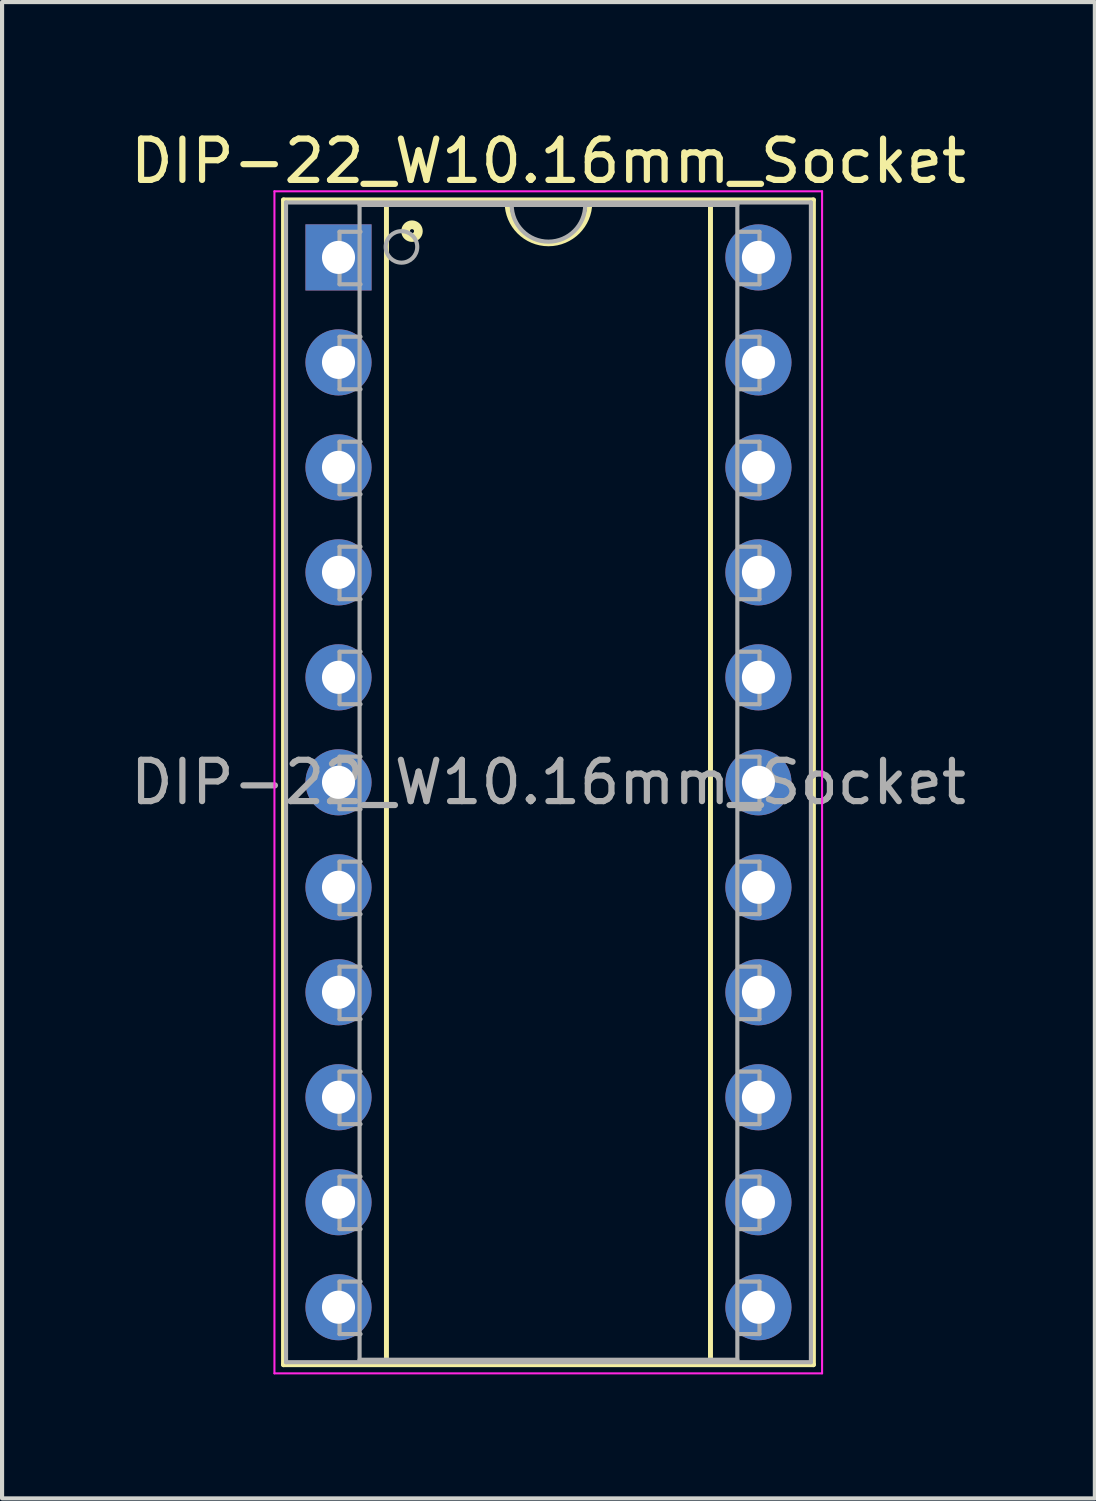
<source format=kicad_pcb>
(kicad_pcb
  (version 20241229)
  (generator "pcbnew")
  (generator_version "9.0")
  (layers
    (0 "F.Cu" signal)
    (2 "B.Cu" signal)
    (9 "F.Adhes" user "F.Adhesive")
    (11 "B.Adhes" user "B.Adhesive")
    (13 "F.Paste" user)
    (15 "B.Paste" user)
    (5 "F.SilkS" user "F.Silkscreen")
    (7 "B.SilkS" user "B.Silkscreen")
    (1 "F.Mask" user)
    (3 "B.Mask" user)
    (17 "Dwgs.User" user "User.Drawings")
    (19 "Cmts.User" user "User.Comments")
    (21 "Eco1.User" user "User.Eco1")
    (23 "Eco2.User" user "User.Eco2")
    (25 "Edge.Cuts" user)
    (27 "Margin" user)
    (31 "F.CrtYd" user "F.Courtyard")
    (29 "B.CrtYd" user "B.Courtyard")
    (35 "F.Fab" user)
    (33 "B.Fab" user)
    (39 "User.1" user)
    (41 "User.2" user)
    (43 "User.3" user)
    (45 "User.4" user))
  (footprint "DIP-22_W10.16mm_Socket"
    (layer "F.Cu")
    (at 5.14 3.178)
    (property "Reference" "DIP-22_W10.16mm_Socket" (at 5.08 -2.33 0) (layer "F.SilkS") (effects (font (size 1 1) (thickness 0.15))))
    (attr through_hole)
    (fp_line (start -1.33 -1.39) (end -1.33 26.79) (stroke (width 0.12) (type solid)) (layer "F.SilkS"))
    (fp_line (start -1.33 26.79) (end 11.49 26.79) (stroke (width 0.12) (type solid)) (layer "F.SilkS"))
    (fp_line (start 1.16 -1.33) (end 1.16 26.73) (stroke (width 0.12) (type solid)) (layer "F.SilkS"))
    (fp_line (start 1.16 26.73) (end 9 26.73) (stroke (width 0.12) (type solid)) (layer "F.SilkS"))
    (fp_line (start 4.08 -1.33) (end 1.16 -1.33) (stroke (width 0.12) (type solid)) (layer "F.SilkS"))
    (fp_line (start 9 -1.33) (end 6.08 -1.33) (stroke (width 0.12) (type solid)) (layer "F.SilkS"))
    (fp_line (start 9 26.73) (end 9 -1.33) (stroke (width 0.12) (type solid)) (layer "F.SilkS"))
    (fp_line (start 11.49 -1.39) (end -1.33 -1.39) (stroke (width 0.12) (type solid)) (layer "F.SilkS"))
    (fp_line (start 11.49 26.79) (end 11.49 -1.39) (stroke (width 0.12) (type solid)) (layer "F.SilkS"))
    (fp_arc (start 6.08 -1.33) (mid 5.08 -0.33) (end 4.08 -1.33) (stroke (width 0.12) (type solid)) (layer "F.SilkS"))
    (fp_circle (center 1.778 -0.635) (end 1.828 -0.635) (stroke (width 0.12) (type solid)) (fill no) (layer "F.SilkS"))
    (fp_circle (center 1.778 -0.635) (end 1.903 -0.635) (stroke (width 0.12) (type solid)) (fill no) (layer "F.SilkS"))
    (fp_circle (center 1.778 -0.635) (end 1.978 -0.635) (stroke (width 0.12) (type solid)) (fill no) (layer "F.SilkS"))
    (fp_line (start -1.55 -1.6) (end -1.55 27) (stroke (width 0.05) (type solid)) (layer "F.CrtYd"))
    (fp_line (start -1.55 27) (end 11.7 27) (stroke (width 0.05) (type solid)) (layer "F.CrtYd"))
    (fp_line (start 11.7 -1.6) (end -1.55 -1.6) (stroke (width 0.05) (type solid)) (layer "F.CrtYd"))
    (fp_line (start 11.7 27) (end 11.7 -1.6) (stroke (width 0.05) (type solid)) (layer "F.CrtYd"))
    (fp_line (start -1.27 -1.33) (end -1.27 26.73) (stroke (width 0.1) (type solid)) (layer "F.Fab"))
    (fp_line (start -1.27 26.73) (end 11.43 26.73) (stroke (width 0.1) (type solid)) (layer "F.Fab"))
    (fp_line (start 0.025 -0.62) (end 0.025 0.65) (stroke (width 0.1) (type solid)) (layer "F.Fab"))
    (fp_line (start 0.025 -0.62) (end 0.533 -0.62) (stroke (width 0.1) (type solid)) (layer "F.Fab"))
    (fp_line (start 0.025 0.65) (end 0.533 0.65) (stroke (width 0.1) (type solid)) (layer "F.Fab"))
    (fp_line (start 0.025 1.92) (end 0.025 3.19) (stroke (width 0.1) (type solid)) (layer "F.Fab"))
    (fp_line (start 0.025 1.92) (end 0.533 1.92) (stroke (width 0.1) (type solid)) (layer "F.Fab"))
    (fp_line (start 0.025 3.19) (end 0.533 3.19) (stroke (width 0.1) (type solid)) (layer "F.Fab"))
    (fp_line (start 0.025 4.46) (end 0.025 5.73) (stroke (width 0.1) (type solid)) (layer "F.Fab"))
    (fp_line (start 0.025 4.46) (end 0.533 4.46) (stroke (width 0.1) (type solid)) (layer "F.Fab"))
    (fp_line (start 0.025 5.73) (end 0.533 5.73) (stroke (width 0.1) (type solid)) (layer "F.Fab"))
    (fp_line (start 0.025 7) (end 0.025 8.27) (stroke (width 0.1) (type solid)) (layer "F.Fab"))
    (fp_line (start 0.025 7) (end 0.533 7) (stroke (width 0.1) (type solid)) (layer "F.Fab"))
    (fp_line (start 0.025 8.27) (end 0.533 8.27) (stroke (width 0.1) (type solid)) (layer "F.Fab"))
    (fp_line (start 0.025 9.54) (end 0.025 10.81) (stroke (width 0.1) (type solid)) (layer "F.Fab"))
    (fp_line (start 0.025 9.54) (end 0.533 9.54) (stroke (width 0.1) (type solid)) (layer "F.Fab"))
    (fp_line (start 0.025 10.81) (end 0.533 10.81) (stroke (width 0.1) (type solid)) (layer "F.Fab"))
    (fp_line (start 0.025 12.08) (end 0.025 13.35) (stroke (width 0.1) (type solid)) (layer "F.Fab"))
    (fp_line (start 0.025 12.08) (end 0.533 12.08) (stroke (width 0.1) (type solid)) (layer "F.Fab"))
    (fp_line (start 0.025 13.35) (end 0.533 13.35) (stroke (width 0.1) (type solid)) (layer "F.Fab"))
    (fp_line (start 0.025 14.62) (end 0.025 15.89) (stroke (width 0.1) (type solid)) (layer "F.Fab"))
    (fp_line (start 0.025 14.62) (end 0.533 14.62) (stroke (width 0.1) (type solid)) (layer "F.Fab"))
    (fp_line (start 0.025 15.89) (end 0.533 15.89) (stroke (width 0.1) (type solid)) (layer "F.Fab"))
    (fp_line (start 0.025 17.16) (end 0.025 18.43) (stroke (width 0.1) (type solid)) (layer "F.Fab"))
    (fp_line (start 0.025 17.16) (end 0.533 17.16) (stroke (width 0.1) (type solid)) (layer "F.Fab"))
    (fp_line (start 0.025 18.43) (end 0.533 18.43) (stroke (width 0.1) (type solid)) (layer "F.Fab"))
    (fp_line (start 0.025 19.7) (end 0.025 20.97) (stroke (width 0.1) (type solid)) (layer "F.Fab"))
    (fp_line (start 0.025 19.7) (end 0.533 19.7) (stroke (width 0.1) (type solid)) (layer "F.Fab"))
    (fp_line (start 0.025 20.97) (end 0.533 20.97) (stroke (width 0.1) (type solid)) (layer "F.Fab"))
    (fp_line (start 0.025 22.24) (end 0.025 23.51) (stroke (width 0.1) (type solid)) (layer "F.Fab"))
    (fp_line (start 0.025 22.24) (end 0.533 22.24) (stroke (width 0.1) (type solid)) (layer "F.Fab"))
    (fp_line (start 0.025 23.51) (end 0.533 23.51) (stroke (width 0.1) (type solid)) (layer "F.Fab"))
    (fp_line (start 0.025 24.78) (end 0.025 26.05) (stroke (width 0.1) (type solid)) (layer "F.Fab"))
    (fp_line (start 0.025 24.78) (end 0.533 24.78) (stroke (width 0.1) (type solid)) (layer "F.Fab"))
    (fp_line (start 0.025 26.05) (end 0.533 26.05) (stroke (width 0.1) (type solid)) (layer "F.Fab"))
    (fp_line (start 0.51 -1.27) (end 9.65 -1.27) (stroke (width 0.1) (type solid)) (layer "F.Fab"))
    (fp_line (start 0.51 26.67) (end 0.51 -1.27) (stroke (width 0.1) (type solid)) (layer "F.Fab"))
    (fp_line (start 9.65 -1.27) (end 9.65 26.67) (stroke (width 0.1) (type solid)) (layer "F.Fab"))
    (fp_line (start 9.65 26.67) (end 0.51 26.67) (stroke (width 0.1) (type solid)) (layer "F.Fab"))
    (fp_line (start 10.185 -0.62) (end 9.677 -0.62) (stroke (width 0.1) (type solid)) (layer "F.Fab"))
    (fp_line (start 10.185 0.65) (end 9.677 0.65) (stroke (width 0.1) (type solid)) (layer "F.Fab"))
    (fp_line (start 10.185 0.65) (end 10.185 -0.62) (stroke (width 0.1) (type solid)) (layer "F.Fab"))
    (fp_line (start 10.185 1.92) (end 9.677 1.92) (stroke (width 0.1) (type solid)) (layer "F.Fab"))
    (fp_line (start 10.185 3.19) (end 9.677 3.19) (stroke (width 0.1) (type solid)) (layer "F.Fab"))
    (fp_line (start 10.185 3.19) (end 10.185 1.92) (stroke (width 0.1) (type solid)) (layer "F.Fab"))
    (fp_line (start 10.185 4.46) (end 9.677 4.46) (stroke (width 0.1) (type solid)) (layer "F.Fab"))
    (fp_line (start 10.185 5.73) (end 9.677 5.73) (stroke (width 0.1) (type solid)) (layer "F.Fab"))
    (fp_line (start 10.185 5.73) (end 10.185 4.46) (stroke (width 0.1) (type solid)) (layer "F.Fab"))
    (fp_line (start 10.185 7) (end 9.677 7) (stroke (width 0.1) (type solid)) (layer "F.Fab"))
    (fp_line (start 10.185 8.27) (end 9.677 8.27) (stroke (width 0.1) (type solid)) (layer "F.Fab"))
    (fp_line (start 10.185 8.27) (end 10.185 7) (stroke (width 0.1) (type solid)) (layer "F.Fab"))
    (fp_line (start 10.185 9.54) (end 9.677 9.54) (stroke (width 0.1) (type solid)) (layer "F.Fab"))
    (fp_line (start 10.185 10.81) (end 9.677 10.81) (stroke (width 0.1) (type solid)) (layer "F.Fab"))
    (fp_line (start 10.185 10.81) (end 10.185 9.54) (stroke (width 0.1) (type solid)) (layer "F.Fab"))
    (fp_line (start 10.185 12.08) (end 9.677 12.08) (stroke (width 0.1) (type solid)) (layer "F.Fab"))
    (fp_line (start 10.185 13.35) (end 9.677 13.35) (stroke (width 0.1) (type solid)) (layer "F.Fab"))
    (fp_line (start 10.185 13.35) (end 10.185 12.08) (stroke (width 0.1) (type solid)) (layer "F.Fab"))
    (fp_line (start 10.185 14.62) (end 9.677 14.62) (stroke (width 0.1) (type solid)) (layer "F.Fab"))
    (fp_line (start 10.185 15.89) (end 9.677 15.89) (stroke (width 0.1) (type solid)) (layer "F.Fab"))
    (fp_line (start 10.185 15.89) (end 10.185 14.62) (stroke (width 0.1) (type solid)) (layer "F.Fab"))
    (fp_line (start 10.185 17.16) (end 9.677 17.16) (stroke (width 0.1) (type solid)) (layer "F.Fab"))
    (fp_line (start 10.185 18.43) (end 9.677 18.43) (stroke (width 0.1) (type solid)) (layer "F.Fab"))
    (fp_line (start 10.185 18.43) (end 10.185 17.16) (stroke (width 0.1) (type solid)) (layer "F.Fab"))
    (fp_line (start 10.185 19.7) (end 9.677 19.7) (stroke (width 0.1) (type solid)) (layer "F.Fab"))
    (fp_line (start 10.185 20.97) (end 9.677 20.97) (stroke (width 0.1) (type solid)) (layer "F.Fab"))
    (fp_line (start 10.185 20.97) (end 10.185 19.7) (stroke (width 0.1) (type solid)) (layer "F.Fab"))
    (fp_line (start 10.185 22.24) (end 9.677 22.24) (stroke (width 0.1) (type solid)) (layer "F.Fab"))
    (fp_line (start 10.185 23.51) (end 9.677 23.51) (stroke (width 0.1) (type solid)) (layer "F.Fab"))
    (fp_line (start 10.185 23.51) (end 10.185 22.24) (stroke (width 0.1) (type solid)) (layer "F.Fab"))
    (fp_line (start 10.185 24.78) (end 9.677 24.78) (stroke (width 0.1) (type solid)) (layer "F.Fab"))
    (fp_line (start 10.185 26.05) (end 9.677 26.05) (stroke (width 0.1) (type solid)) (layer "F.Fab"))
    (fp_line (start 10.185 26.05) (end 10.185 24.78) (stroke (width 0.1) (type solid)) (layer "F.Fab"))
    (fp_line (start 11.43 -1.33) (end -1.27 -1.33) (stroke (width 0.1) (type solid)) (layer "F.Fab"))
    (fp_line (start 11.43 26.73) (end 11.43 -1.33) (stroke (width 0.1) (type solid)) (layer "F.Fab"))
    (fp_arc (start 5.969 -1.27) (mid 5.08 -0.381) (end 4.191 -1.27) (stroke (width 0.1) (type solid)) (layer "F.Fab"))
    (fp_circle (center 1.524 -0.254) (end 1.905 -0.254) (stroke (width 0.1) (type solid)) (fill no) (layer "F.Fab"))
    (fp_text user "${REFERENCE}" (at 5.08 12.7 0) (layer "F.Fab") (effects (font (size 1 1) (thickness 0.15))))
    (pad "1" thru_hole rect (at 0 0) (size 1.6 1.6) (drill 0.8) (layers "*.Cu" "*.Mask"))
    (pad "2" thru_hole oval (at 0 2.54) (size 1.6 1.6) (drill 0.8) (layers "*.Cu" "*.Mask"))
    (pad "3" thru_hole oval (at 0 5.08) (size 1.6 1.6) (drill 0.8) (layers "*.Cu" "*.Mask"))
    (pad "4" thru_hole oval (at 0 7.62) (size 1.6 1.6) (drill 0.8) (layers "*.Cu" "*.Mask"))
    (pad "5" thru_hole oval (at 0 10.16) (size 1.6 1.6) (drill 0.8) (layers "*.Cu" "*.Mask"))
    (pad "6" thru_hole oval (at 0 12.7) (size 1.6 1.6) (drill 0.8) (layers "*.Cu" "*.Mask"))
    (pad "7" thru_hole oval (at 0 15.24) (size 1.6 1.6) (drill 0.8) (layers "*.Cu" "*.Mask"))
    (pad "8" thru_hole oval (at 0 17.78) (size 1.6 1.6) (drill 0.8) (layers "*.Cu" "*.Mask"))
    (pad "9" thru_hole oval (at 0 20.32) (size 1.6 1.6) (drill 0.8) (layers "*.Cu" "*.Mask"))
    (pad "10" thru_hole oval (at 0 22.86) (size 1.6 1.6) (drill 0.8) (layers "*.Cu" "*.Mask"))
    (pad "11" thru_hole oval (at 0 25.4) (size 1.6 1.6) (drill 0.8) (layers "*.Cu" "*.Mask"))
    (pad "12" thru_hole oval (at 10.16 25.4) (size 1.6 1.6) (drill 0.8) (layers "*.Cu" "*.Mask"))
    (pad "13" thru_hole oval (at 10.16 22.86) (size 1.6 1.6) (drill 0.8) (layers "*.Cu" "*.Mask"))
    (pad "14" thru_hole oval (at 10.16 20.32) (size 1.6 1.6) (drill 0.8) (layers "*.Cu" "*.Mask"))
    (pad "15" thru_hole oval (at 10.16 17.78) (size 1.6 1.6) (drill 0.8) (layers "*.Cu" "*.Mask"))
    (pad "16" thru_hole oval (at 10.16 15.24) (size 1.6 1.6) (drill 0.8) (layers "*.Cu" "*.Mask"))
    (pad "17" thru_hole oval (at 10.16 12.7) (size 1.6 1.6) (drill 0.8) (layers "*.Cu" "*.Mask"))
    (pad "18" thru_hole oval (at 10.16 10.16) (size 1.6 1.6) (drill 0.8) (layers "*.Cu" "*.Mask"))
    (pad "19" thru_hole oval (at 10.16 7.62) (size 1.6 1.6) (drill 0.8) (layers "*.Cu" "*.Mask"))
    (pad "20" thru_hole oval (at 10.16 5.08) (size 1.6 1.6) (drill 0.8) (layers "*.Cu" "*.Mask"))
    (pad "21" thru_hole oval (at 10.16 2.54) (size 1.6 1.6) (drill 0.8) (layers "*.Cu" "*.Mask"))
    (pad "22" thru_hole oval (at 10.16 0) (size 1.6 1.6) (drill 0.8) (layers "*.Cu" "*.Mask")))
  (gr_rect
    (start -3 -3)
    (end 23.44 33.203)
    (stroke (width 0.1) (type default))
    (fill no)
    (layer "Edge.Cuts")))
</source>
